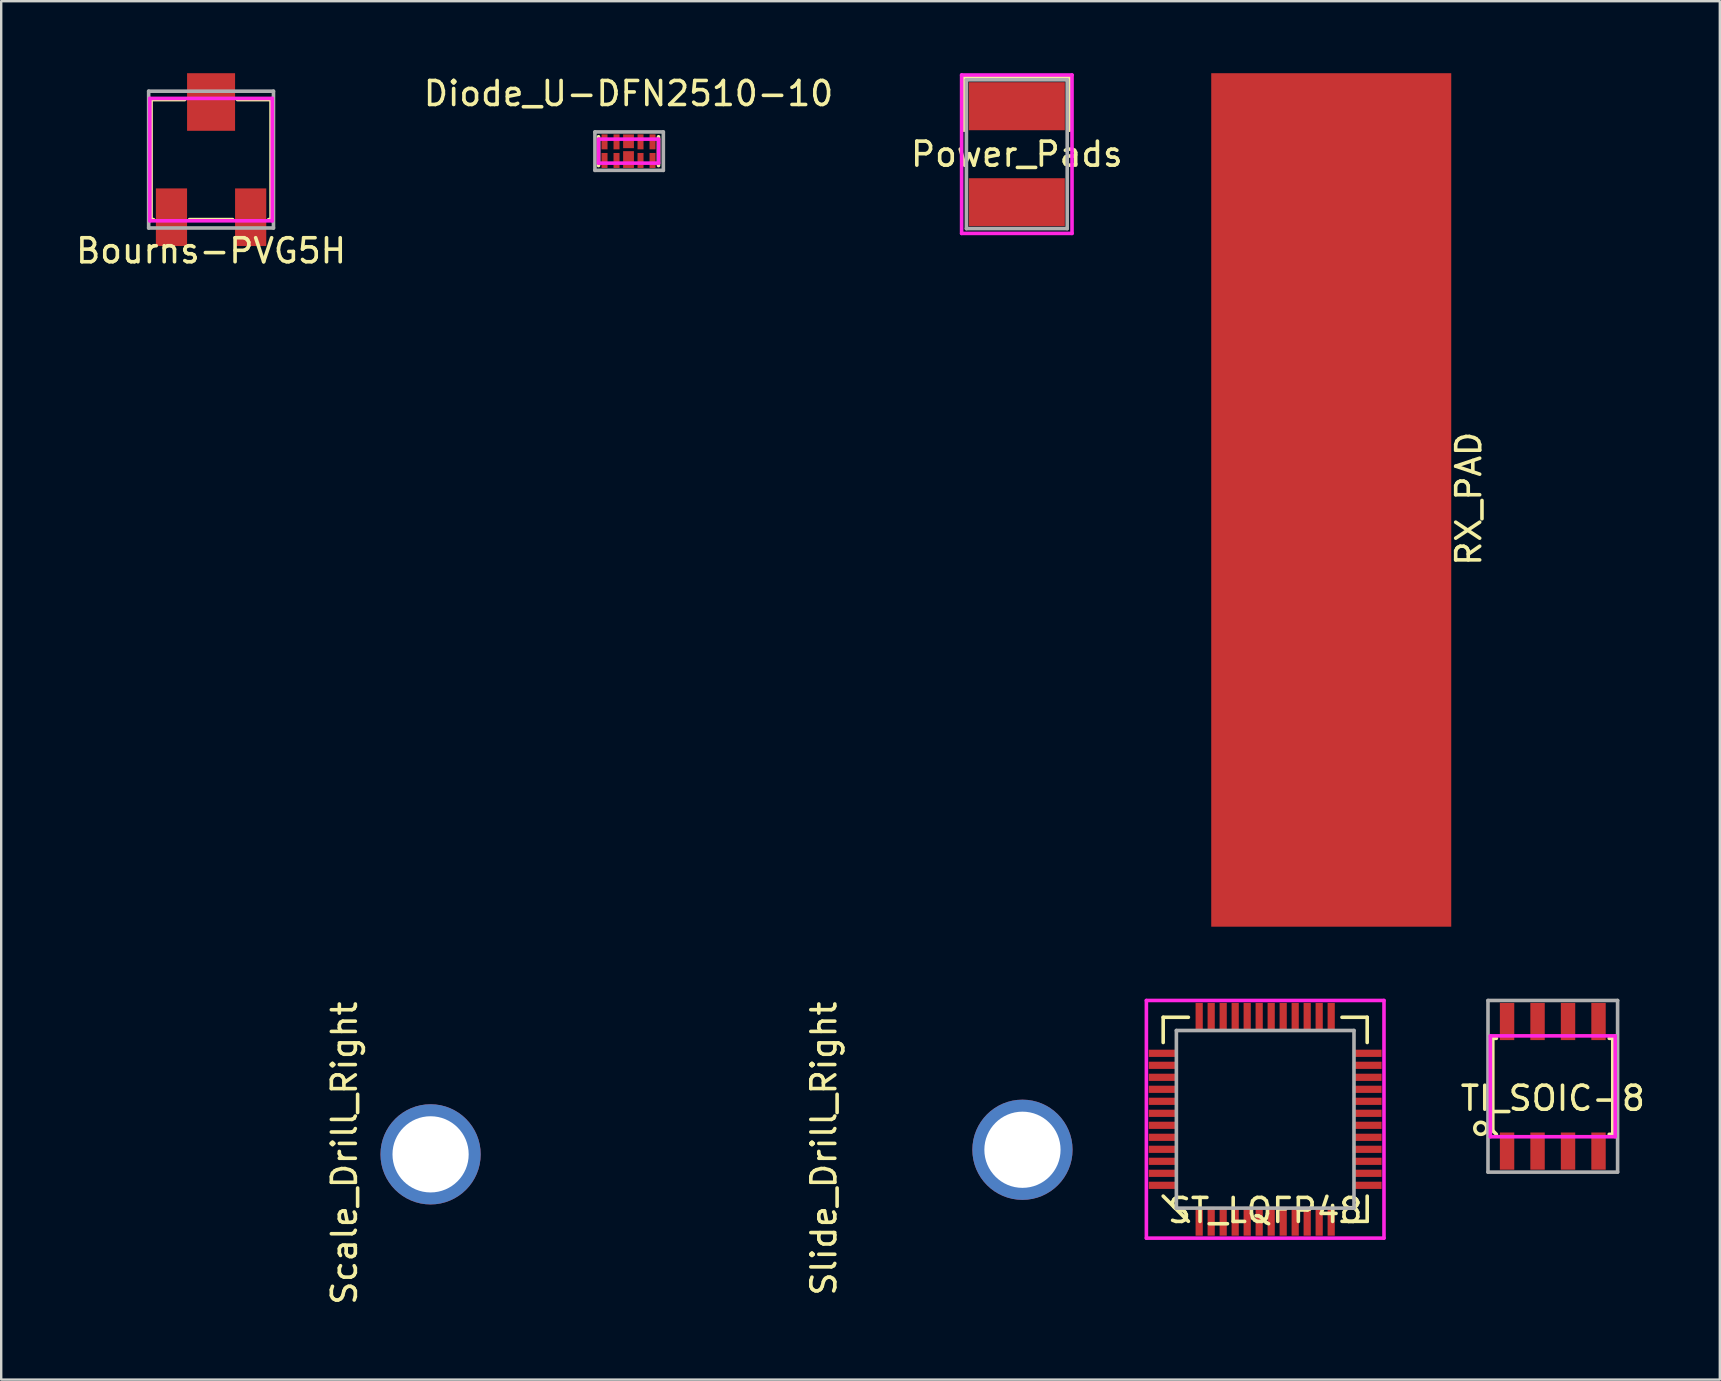
<source format=kicad_pcb>
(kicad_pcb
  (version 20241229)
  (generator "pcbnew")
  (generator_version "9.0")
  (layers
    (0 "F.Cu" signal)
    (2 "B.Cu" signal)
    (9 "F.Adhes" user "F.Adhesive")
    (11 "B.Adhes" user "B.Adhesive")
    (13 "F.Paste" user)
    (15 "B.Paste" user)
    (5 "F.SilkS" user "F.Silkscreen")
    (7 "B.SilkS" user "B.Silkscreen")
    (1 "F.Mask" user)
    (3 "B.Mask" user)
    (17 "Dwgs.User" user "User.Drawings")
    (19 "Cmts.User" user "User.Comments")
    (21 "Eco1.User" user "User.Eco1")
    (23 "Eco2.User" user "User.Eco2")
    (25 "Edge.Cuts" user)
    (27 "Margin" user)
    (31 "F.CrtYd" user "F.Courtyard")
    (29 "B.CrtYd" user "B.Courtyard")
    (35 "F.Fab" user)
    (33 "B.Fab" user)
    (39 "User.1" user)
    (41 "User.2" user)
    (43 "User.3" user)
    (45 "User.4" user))
  (footprint "Bourns-PVG5H"
    (layer "F.Cu")
    (at 5.744 3.6)
    (property "Reference" "Bourns-PVG5H" (at 0 3.8 0) (layer "F.SilkS") (effects (font (size 1 1) (thickness 0.15))))
    (attr through_hole)
    (fp_line (start -2.5 -2.5) (end -2.5 2.5) (stroke (width 0.15) (type solid)) (layer "F.SilkS"))
    (fp_line (start -2.5 2.5) (end -2.4 2.5) (stroke (width 0.15) (type solid)) (layer "F.SilkS"))
    (fp_line (start -1.1 -2.5) (end -2.5 -2.5) (stroke (width 0.15) (type solid)) (layer "F.SilkS"))
    (fp_line (start -0.9 2.5) (end 0.9 2.5) (stroke (width 0.15) (type solid)) (layer "F.SilkS"))
    (fp_line (start 2.4 2.5) (end 2.5 2.5) (stroke (width 0.15) (type solid)) (layer "F.SilkS"))
    (fp_line (start 2.5 -2.5) (end 1.1 -2.5) (stroke (width 0.15) (type solid)) (layer "F.SilkS"))
    (fp_line (start 2.5 2.5) (end 2.5 -2.5) (stroke (width 0.15) (type solid)) (layer "F.SilkS"))
    (fp_line (start -2.55 -2.55) (end -2.55 2.55) (stroke (width 0.15) (type solid)) (layer "F.CrtYd"))
    (fp_line (start -2.55 2.55) (end 2.55 2.55) (stroke (width 0.15) (type solid)) (layer "F.CrtYd"))
    (fp_line (start 2.55 -2.55) (end -2.55 -2.55) (stroke (width 0.15) (type solid)) (layer "F.CrtYd"))
    (fp_line (start 2.55 2.55) (end 2.55 -2.55) (stroke (width 0.15) (type solid)) (layer "F.CrtYd"))
    (fp_line (start -2.6 -2.85) (end -2.6 2.85) (stroke (width 0.15) (type solid)) (layer "F.Fab"))
    (fp_line (start -2.6 2.85) (end 2.6 2.85) (stroke (width 0.15) (type solid)) (layer "F.Fab"))
    (fp_line (start 2.6 -2.85) (end -2.6 -2.85) (stroke (width 0.15) (type solid)) (layer "F.Fab"))
    (fp_line (start 2.6 2.85) (end 2.6 -2.85) (stroke (width 0.15) (type solid)) (layer "F.Fab"))
    (pad "1" smd rect (at 1.65 2.4) (size 1.3 2.4) (layers "F.Cu" "F.Mask" "F.Paste"))
    (pad "2" smd rect (at 0 -2.4) (size 2 2.4) (layers "F.Cu" "F.Mask" "F.Paste"))
    (pad "3" smd rect (at -1.65 2.4) (size 1.3 2.4) (layers "F.Cu" "F.Mask" "F.Paste")))
  (footprint "Power_Pads"
    (layer "F.Cu")
    (at 39.315 3.375)
    (property "Reference" "Power_Pads" (at 0 0 0) (layer "F.SilkS") (effects (font (size 1 1) (thickness 0.15))))
    (attr through_hole)
    (fp_line (start -2.2 -3.2) (end 2.2 -3.2) (stroke (width 0.15) (type solid)) (layer "F.SilkS"))
    (fp_line (start -2.2 -1) (end -2.2 -3.2) (stroke (width 0.15) (type solid)) (layer "F.SilkS"))
    (fp_line (start 2.2 -3.2) (end 2.2 -1) (stroke (width 0.15) (type solid)) (layer "F.SilkS"))
    (fp_line (start -2.3 -3.3) (end 2.3 -3.3) (stroke (width 0.15) (type solid)) (layer "F.CrtYd"))
    (fp_line (start -2.3 3.3) (end -2.3 -3.3) (stroke (width 0.15) (type solid)) (layer "F.CrtYd"))
    (fp_line (start 2.3 -3.3) (end 2.3 3.3) (stroke (width 0.15) (type solid)) (layer "F.CrtYd"))
    (fp_line (start 2.3 3.3) (end -2.3 3.3) (stroke (width 0.15) (type solid)) (layer "F.CrtYd"))
    (fp_line (start -2.1 -3.1) (end 2.1 -3.1) (stroke (width 0.15) (type solid)) (layer "F.Fab"))
    (fp_line (start -2.1 3.1) (end -2.1 -3.1) (stroke (width 0.15) (type solid)) (layer "F.Fab"))
    (fp_line (start 2.1 -3.1) (end 2.1 3.1) (stroke (width 0.15) (type solid)) (layer "F.Fab"))
    (fp_line (start 2.1 3.1) (end -2.1 3.1) (stroke (width 0.15) (type solid)) (layer "F.Fab"))
    (pad "1" smd rect (at 0 -2) (size 4 2) (layers "F.Cu" "F.Mask" "F.Paste"))
    (pad "2" smd rect (at 0 2) (size 4 2) (layers "F.Cu" "F.Mask" "F.Paste")))
  (footprint "ST_LQFP48"
    (layer "F.Cu")
    (at 49.663 43.585)
    (property "Reference" "ST_LQFP48" (at 0 3.8 0) (layer "F.SilkS") (effects (font (size 1 1) (thickness 0.15))))
    (attr through_hole)
    (fp_line (start -4.25 -4.25) (end -4.25 -3.2) (stroke (width 0.15) (type solid)) (layer "F.SilkS"))
    (fp_line (start -4.25 3.2) (end -3.2 4.25) (stroke (width 0.15) (type solid)) (layer "F.SilkS"))
    (fp_line (start -3.2 -4.25) (end -4.25 -4.25) (stroke (width 0.15) (type solid)) (layer "F.SilkS"))
    (fp_line (start 3.2 4.25) (end 4.25 4.25) (stroke (width 0.15) (type solid)) (layer "F.SilkS"))
    (fp_line (start 4.25 -4.25) (end 3.2 -4.25) (stroke (width 0.15) (type solid)) (layer "F.SilkS"))
    (fp_line (start 4.25 -3.2) (end 4.25 -4.25) (stroke (width 0.15) (type solid)) (layer "F.SilkS"))
    (fp_line (start 4.25 4.25) (end 4.25 3.2) (stroke (width 0.15) (type solid)) (layer "F.SilkS"))
    (fp_line (start -4.95 -4.95) (end 4.95 -4.95) (stroke (width 0.15) (type solid)) (layer "F.CrtYd"))
    (fp_line (start -4.95 4.95) (end -4.95 -4.95) (stroke (width 0.15) (type solid)) (layer "F.CrtYd"))
    (fp_line (start 4.95 -4.95) (end 4.95 4.95) (stroke (width 0.15) (type solid)) (layer "F.CrtYd"))
    (fp_line (start 4.95 4.95) (end -4.95 4.95) (stroke (width 0.15) (type solid)) (layer "F.CrtYd"))
    (fp_line (start -3.7 -3.7) (end 3.7 -3.7) (stroke (width 0.15) (type solid)) (layer "F.Fab"))
    (fp_line (start -3.7 3.7) (end -3.7 -3.7) (stroke (width 0.15) (type solid)) (layer "F.Fab"))
    (fp_line (start 3.7 -3.7) (end 3.7 3.7) (stroke (width 0.15) (type solid)) (layer "F.Fab"))
    (fp_line (start 3.7 3.7) (end -3.7 3.7) (stroke (width 0.15) (type solid)) (layer "F.Fab"))
    (pad "1" smd rect (at -2.75 4.25) (size 0.3 1.2) (layers "F.Cu" "F.Mask" "F.Paste"))
    (pad "2" smd rect (at -2.25 4.25) (size 0.3 1.2) (layers "F.Cu" "F.Mask" "F.Paste"))
    (pad "3" smd rect (at -1.75 4.25) (size 0.3 1.2) (layers "F.Cu" "F.Mask" "F.Paste"))
    (pad "4" smd rect (at -1.25 4.25) (size 0.3 1.2) (layers "F.Cu" "F.Mask" "F.Paste"))
    (pad "5" smd rect (at -0.75 4.25) (size 0.3 1.2) (layers "F.Cu" "F.Mask" "F.Paste"))
    (pad "6" smd rect (at -0.25 4.25) (size 0.3 1.2) (layers "F.Cu" "F.Mask" "F.Paste"))
    (pad "7" smd rect (at 0.25 4.25) (size 0.3 1.2) (layers "F.Cu" "F.Mask" "F.Paste"))
    (pad "8" smd rect (at 0.75 4.25) (size 0.3 1.2) (layers "F.Cu" "F.Mask" "F.Paste"))
    (pad "9" smd rect (at 1.25 4.25) (size 0.3 1.2) (layers "F.Cu" "F.Mask" "F.Paste"))
    (pad "10" smd rect (at 1.75 4.25) (size 0.3 1.2) (layers "F.Cu" "F.Mask" "F.Paste"))
    (pad "11" smd rect (at 2.25 4.25) (size 0.3 1.2) (layers "F.Cu" "F.Mask" "F.Paste"))
    (pad "12" smd rect (at 2.75 4.25) (size 0.3 1.2) (layers "F.Cu" "F.Mask" "F.Paste"))
    (pad "13" smd rect (at 4.25 2.75) (size 1.2 0.3) (layers "F.Cu" "F.Mask" "F.Paste"))
    (pad "14" smd rect (at 4.25 2.25) (size 1.2 0.3) (layers "F.Cu" "F.Mask" "F.Paste"))
    (pad "15" smd rect (at 4.25 1.75) (size 1.2 0.3) (layers "F.Cu" "F.Mask" "F.Paste"))
    (pad "16" smd rect (at 4.25 1.25) (size 1.2 0.3) (layers "F.Cu" "F.Mask" "F.Paste"))
    (pad "17" smd rect (at 4.25 0.75) (size 1.2 0.3) (layers "F.Cu" "F.Mask" "F.Paste"))
    (pad "18" smd rect (at 4.25 0.25) (size 1.2 0.3) (layers "F.Cu" "F.Mask" "F.Paste"))
    (pad "19" smd rect (at 4.25 -0.25) (size 1.2 0.3) (layers "F.Cu" "F.Mask" "F.Paste"))
    (pad "20" smd rect (at 4.25 -0.75) (size 1.2 0.3) (layers "F.Cu" "F.Mask" "F.Paste"))
    (pad "21" smd rect (at 4.25 -1.25) (size 1.2 0.3) (layers "F.Cu" "F.Mask" "F.Paste"))
    (pad "22" smd rect (at 4.25 -1.75) (size 1.2 0.3) (layers "F.Cu" "F.Mask" "F.Paste"))
    (pad "23" smd rect (at 4.25 -2.25) (size 1.2 0.3) (layers "F.Cu" "F.Mask" "F.Paste"))
    (pad "24" smd rect (at 4.25 -2.75) (size 1.2 0.3) (layers "F.Cu" "F.Mask" "F.Paste"))
    (pad "25" smd rect (at 2.75 -4.25) (size 0.3 1.2) (layers "F.Cu" "F.Mask" "F.Paste"))
    (pad "26" smd rect (at 2.25 -4.25) (size 0.3 1.2) (layers "F.Cu" "F.Mask" "F.Paste"))
    (pad "27" smd rect (at 1.75 -4.25) (size 0.3 1.2) (layers "F.Cu" "F.Mask" "F.Paste"))
    (pad "28" smd rect (at 1.25 -4.25) (size 0.3 1.2) (layers "F.Cu" "F.Mask" "F.Paste"))
    (pad "29" smd rect (at 0.75 -4.25) (size 0.3 1.2) (layers "F.Cu" "F.Mask" "F.Paste"))
    (pad "30" smd rect (at 0.25 -4.25) (size 0.3 1.2) (layers "F.Cu" "F.Mask" "F.Paste"))
    (pad "31" smd rect (at -0.25 -4.25) (size 0.3 1.2) (layers "F.Cu" "F.Mask" "F.Paste"))
    (pad "32" smd rect (at -0.75 -4.25) (size 0.3 1.2) (layers "F.Cu" "F.Mask" "F.Paste"))
    (pad "33" smd rect (at -1.25 -4.25) (size 0.3 1.2) (layers "F.Cu" "F.Mask" "F.Paste"))
    (pad "34" smd rect (at -1.75 -4.25) (size 0.3 1.2) (layers "F.Cu" "F.Mask" "F.Paste"))
    (pad "35" smd rect (at -2.25 -4.25) (size 0.3 1.2) (layers "F.Cu" "F.Mask" "F.Paste"))
    (pad "36" smd rect (at -2.75 -4.25) (size 0.3 1.2) (layers "F.Cu" "F.Mask" "F.Paste"))
    (pad "37" smd rect (at -4.25 -2.75) (size 1.2 0.3) (layers "F.Cu" "F.Mask" "F.Paste"))
    (pad "38" smd rect (at -4.25 -2.25) (size 1.2 0.3) (layers "F.Cu" "F.Mask" "F.Paste"))
    (pad "39" smd rect (at -4.25 -1.75) (size 1.2 0.3) (layers "F.Cu" "F.Mask" "F.Paste"))
    (pad "40" smd rect (at -4.25 -1.25) (size 1.2 0.3) (layers "F.Cu" "F.Mask" "F.Paste"))
    (pad "41" smd rect (at -4.25 -0.75) (size 1.2 0.3) (layers "F.Cu" "F.Mask" "F.Paste"))
    (pad "42" smd rect (at -4.25 -0.25) (size 1.2 0.3) (layers "F.Cu" "F.Mask" "F.Paste"))
    (pad "43" smd rect (at -4.25 0.25) (size 1.2 0.3) (layers "F.Cu" "F.Mask" "F.Paste"))
    (pad "44" smd rect (at -4.25 0.75) (size 1.2 0.3) (layers "F.Cu" "F.Mask" "F.Paste"))
    (pad "45" smd rect (at -4.25 1.25) (size 1.2 0.3) (layers "F.Cu" "F.Mask" "F.Paste"))
    (pad "46" smd rect (at -4.25 1.75) (size 1.2 0.3) (layers "F.Cu" "F.Mask" "F.Paste"))
    (pad "47" smd rect (at -4.25 2.25) (size 1.2 0.3) (layers "F.Cu" "F.Mask" "F.Paste"))
    (pad "48" smd rect (at -4.25 2.75) (size 1.2 0.3) (layers "F.Cu" "F.Mask" "F.Paste")))
  (footprint "RX_PAD"
    (layer "F.Cu")
    (at 47.095 17.78)
    (property "Reference" "RX_PAD" (at 11.05 -0.05 90) (layer "F.SilkS") (effects (font (size 1 1) (thickness 0.15))))
    (attr through_hole)
    (pad "1" smd rect (at 5.32 0) (size 10 35.56) (layers "F.Cu" "F.Mask" "F.Paste")))
  (footprint "Scale_Drill_Right"
    (layer "F.Cu")
    (at 0.25 45.045)
    (property "Reference" "Scale_Drill_Right" (at 11.05 -0.05 90) (layer "F.SilkS") (effects (font (size 1 1) (thickness 0.15))))
    (attr through_hole)
    (pad "1" thru_hole circle (at 14.64 0) (size 4.175 4.175) (drill 3.175) (layers "*.Cu" "*.Mask")))
  (footprint "Slide_Drill_Right"
    (layer "F.Cu")
    (at 20.227 44.854)
    (property "Reference" "Slide_Drill_Right" (at 11.05 -0.05 90) (layer "F.SilkS") (effects (font (size 1 1) (thickness 0.15))))
    (attr through_hole)
    (pad "1" thru_hole circle (at 19.323 0) (size 4.175 4.175) (drill 3.175) (layers "*.Cu" "*.Mask")))
  (footprint "Diode_U-DFN2510-10"
    (layer "F.Cu")
    (at 23.137 3.248)
    (property "Reference" "Diode_U-DFN2510-10" (at 0 -2.4 0) (layer "F.SilkS") (effects (font (size 1 1) (thickness 0.15))))
    (attr through_hole)
    (fp_line (start -1.25 -0.6) (end -1.25 0.6) (stroke (width 0.15) (type solid)) (layer "F.SilkS"))
    (fp_line (start 1.25 -0.6) (end 1.25 0.6) (stroke (width 0.15) (type solid)) (layer "F.SilkS"))
    (fp_line (start -1.25 -0.5) (end 1.25 -0.5) (stroke (width 0.15) (type solid)) (layer "F.CrtYd"))
    (fp_line (start -1.25 0.5) (end -1.25 -0.5) (stroke (width 0.15) (type solid)) (layer "F.CrtYd"))
    (fp_line (start 1.25 -0.5) (end 1.25 0.5) (stroke (width 0.15) (type solid)) (layer "F.CrtYd"))
    (fp_line (start 1.25 0.5) (end -1.25 0.5) (stroke (width 0.15) (type solid)) (layer "F.CrtYd"))
    (fp_line (start -1.4 -0.8) (end 1.45 -0.8) (stroke (width 0.15) (type solid)) (layer "F.Fab"))
    (fp_line (start -1.4 0.8) (end -1.4 -0.8) (stroke (width 0.15) (type solid)) (layer "F.Fab"))
    (fp_line (start 1.45 -0.8) (end 1.45 0.8) (stroke (width 0.15) (type solid)) (layer "F.Fab"))
    (fp_line (start 1.45 0.8) (end -1.4 0.8) (stroke (width 0.15) (type solid)) (layer "F.Fab"))
    (pad "1" smd rect (at -1 0.388) (size 0.25 0.625) (layers "F.Cu" "F.Mask" "F.Paste"))
    (pad "2" smd rect (at -0.5 0.388) (size 0.25 0.625) (layers "F.Cu" "F.Mask" "F.Paste"))
    (pad "3" smd rect (at 0 0.35) (size 0.45 0.7) (layers "F.Cu" "F.Mask" "F.Paste"))
    (pad "4" smd rect (at 0.5 0.388) (size 0.25 0.625) (layers "F.Cu" "F.Mask" "F.Paste"))
    (pad "5" smd rect (at 1 0.388) (size 0.25 0.625) (layers "F.Cu" "F.Mask" "F.Paste"))
    (pad "6" smd rect (at 1 -0.388) (size 0.25 0.625) (layers "F.Cu" "F.Mask" "F.Paste"))
    (pad "7" smd rect (at 0.5 -0.388) (size 0.25 0.625) (layers "F.Cu" "F.Mask" "F.Paste"))
    (pad "8" smd rect (at 0 -0.412) (size 0.45 0.575) (layers "F.Cu" "F.Mask" "F.Paste"))
    (pad "9" smd rect (at -0.5 -0.388) (size 0.25 0.625) (layers "F.Cu" "F.Mask" "F.Paste"))
    (pad "10" smd rect (at -1 -0.388) (size 0.25 0.625) (layers "F.Cu" "F.Mask" "F.Paste")))
  (footprint "TI_SOIC-8"
    (layer "F.Cu")
    (at 61.646 42.21)
    (property "Reference" "TI_SOIC-8" (at 0 0.5 0) (layer "F.SilkS") (effects (font (size 1 1) (thickness 0.15))))
    (attr through_hole)
    (fp_line (start -2.5 -2) (end -2.35 -2) (stroke (width 0.15) (type solid)) (layer "F.SilkS"))
    (fp_line (start -2.5 1.85) (end -2.5 -2) (stroke (width 0.15) (type solid)) (layer "F.SilkS"))
    (fp_line (start -2.35 2) (end -2.5 1.85) (stroke (width 0.15) (type solid)) (layer "F.SilkS"))
    (fp_line (start 2.35 -2) (end 2.5 -2) (stroke (width 0.15) (type solid)) (layer "F.SilkS"))
    (fp_line (start 2.5 -2) (end 2.5 2) (stroke (width 0.15) (type solid)) (layer "F.SilkS"))
    (fp_line (start 2.5 2) (end 2.35 2) (stroke (width 0.15) (type solid)) (layer "F.SilkS"))
    (fp_circle (center -3 1.75) (end -3 1.5) (stroke (width 0.15) (type solid)) (fill no) (layer "F.SilkS"))
    (fp_line (start -2.6 -2.1) (end 2.6 -2.1) (stroke (width 0.15) (type solid)) (layer "F.CrtYd"))
    (fp_line (start -2.6 2.1) (end -2.6 -2.1) (stroke (width 0.15) (type solid)) (layer "F.CrtYd"))
    (fp_line (start 2.6 -2.1) (end 2.6 2.1) (stroke (width 0.15) (type solid)) (layer "F.CrtYd"))
    (fp_line (start 2.6 2.1) (end -2.6 2.1) (stroke (width 0.15) (type solid)) (layer "F.CrtYd"))
    (fp_line (start -2.7 -3.575) (end 2.7 -3.575) (stroke (width 0.15) (type solid)) (layer "F.Fab"))
    (fp_line (start -2.7 3.575) (end -2.7 -3.575) (stroke (width 0.15) (type solid)) (layer "F.Fab"))
    (fp_line (start 2.7 -3.575) (end 2.7 3.575) (stroke (width 0.15) (type solid)) (layer "F.Fab"))
    (fp_line (start 2.7 3.575) (end -2.7 3.575) (stroke (width 0.15) (type solid)) (layer "F.Fab"))
    (pad "1" smd rect (at -1.905 2.7) (size 0.6 1.55) (layers "F.Cu" "F.Mask" "F.Paste"))
    (pad "2" smd rect (at -0.635 2.7) (size 0.6 1.55) (layers "F.Cu" "F.Mask" "F.Paste"))
    (pad "3" smd rect (at 0.635 2.7) (size 0.6 1.55) (layers "F.Cu" "F.Mask" "F.Paste"))
    (pad "4" smd rect (at 1.905 2.7) (size 0.6 1.55) (layers "F.Cu" "F.Mask" "F.Paste"))
    (pad "5" smd rect (at 1.905 -2.7) (size 0.6 1.55) (layers "F.Cu" "F.Mask" "F.Paste"))
    (pad "6" smd rect (at 0.635 -2.7) (size 0.6 1.55) (layers "F.Cu" "F.Mask" "F.Paste"))
    (pad "7" smd rect (at -0.635 -2.7) (size 0.6 1.55) (layers "F.Cu" "F.Mask" "F.Paste"))
    (pad "8" smd rect (at -1.905 -2.7) (size 0.6 1.55) (layers "F.Cu" "F.Mask" "F.Paste")))
  (gr_rect
    (start -3 -3)
    (end 68.605 54.429)
    (stroke (width 0.1) (type default))
    (fill no)
    (layer "Edge.Cuts")))
</source>
